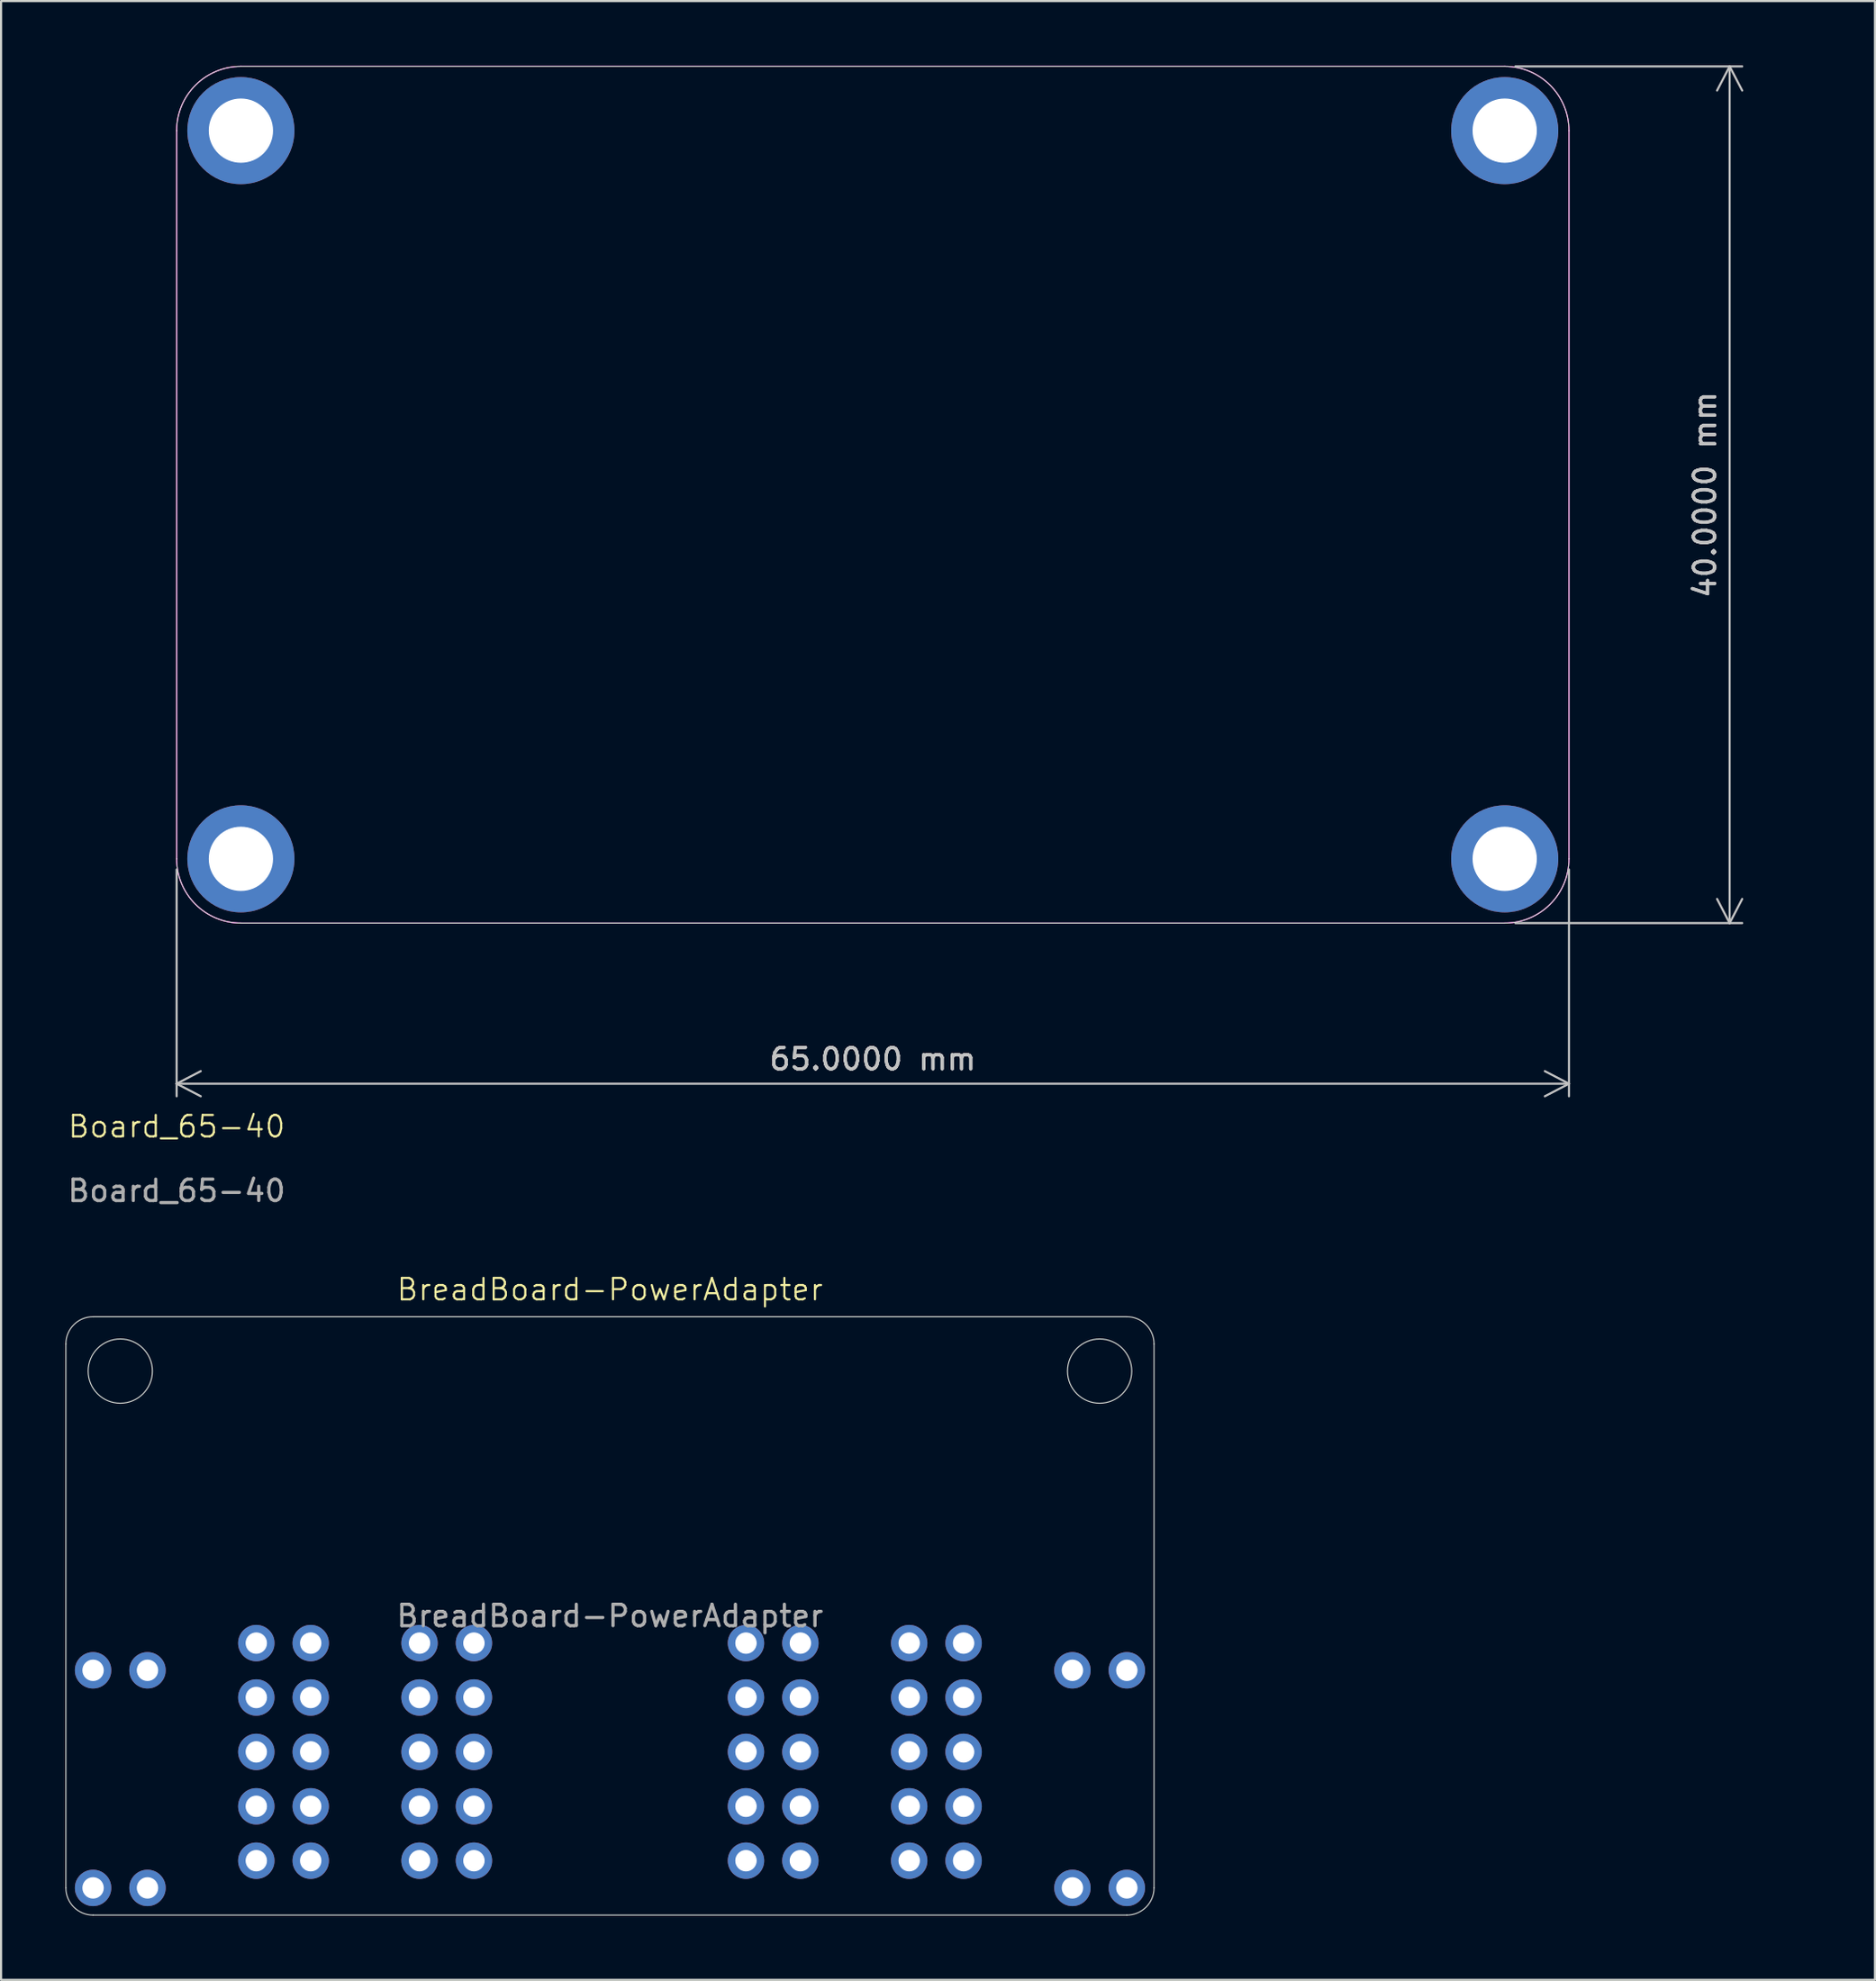
<source format=kicad_pcb>
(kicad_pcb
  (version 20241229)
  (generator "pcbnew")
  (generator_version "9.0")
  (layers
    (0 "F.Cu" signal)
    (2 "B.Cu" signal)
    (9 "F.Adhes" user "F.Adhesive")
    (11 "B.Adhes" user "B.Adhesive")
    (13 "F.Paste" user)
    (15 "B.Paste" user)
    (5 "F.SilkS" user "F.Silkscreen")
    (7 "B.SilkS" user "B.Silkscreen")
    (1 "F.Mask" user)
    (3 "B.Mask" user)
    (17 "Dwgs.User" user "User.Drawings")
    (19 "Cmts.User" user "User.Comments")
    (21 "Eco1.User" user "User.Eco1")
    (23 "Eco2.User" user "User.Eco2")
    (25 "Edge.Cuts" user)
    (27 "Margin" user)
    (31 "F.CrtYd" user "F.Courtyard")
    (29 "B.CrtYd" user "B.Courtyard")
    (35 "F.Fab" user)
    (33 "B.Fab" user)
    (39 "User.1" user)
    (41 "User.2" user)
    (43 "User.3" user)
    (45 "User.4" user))
  (footprint "BreadBoard-PowerAdapter"
    (layer "F.Cu")
    (at 25.425 72.399)
    (property "Reference" "BreadBoard-PowerAdapter" (at 0 -15.24 0) (unlocked yes) (layer "F.SilkS") (effects (font (size 1 1) (thickness 0.1))))
    (attr through_hole)
    (fp_line (start -25.4 12.7) (end -25.4 -12.7) (stroke (width 0.05) (type default)) (layer "Edge.Cuts"))
    (fp_line (start -24.13 -13.97) (end 24.13 -13.97) (stroke (width 0.05) (type default)) (layer "Edge.Cuts"))
    (fp_line (start -24.13 13.97) (end 24.13 13.97) (stroke (width 0.05) (type default)) (layer "Edge.Cuts"))
    (fp_line (start 25.4 -12.7) (end 25.4 12.7) (stroke (width 0.05) (type default)) (layer "Edge.Cuts"))
    (fp_arc (start -25.4 -12.7) (mid -25.028026 -13.598026) (end -24.13 -13.97) (stroke (width 0.05) (type default)) (layer "Edge.Cuts"))
    (fp_arc (start -24.13 13.97) (mid -25.028026 13.598026) (end -25.4 12.7) (stroke (width 0.05) (type default)) (layer "Edge.Cuts"))
    (fp_arc (start 24.13 -13.97) (mid 25.028026 -13.598026) (end 25.4 -12.7) (stroke (width 0.05) (type default)) (layer "Edge.Cuts"))
    (fp_arc (start 25.4 12.7) (mid 25.028026 13.598026) (end 24.13 13.97) (stroke (width 0.05) (type default)) (layer "Edge.Cuts"))
    (fp_circle (center -22.86 -11.43) (end -21.36 -11.43) (stroke (width 0.05) (type default)) (fill no) (layer "Edge.Cuts"))
    (fp_circle (center 22.86 -11.43) (end 24.36 -11.43) (stroke (width 0.05) (type default)) (fill no) (layer "Edge.Cuts"))
    (fp_text user "${REFERENCE}" (at 0 0 0) (unlocked yes) (layer "F.Fab") (effects (font (size 1 1) (thickness 0.15))))
    (pad "1" thru_hole circle (at -16.51 1.27) (size 1.7 1.7) (drill 1) (layers "*.Cu" "*.Mask"))
    (pad "2" thru_hole circle (at -16.51 3.81) (size 1.7 1.7) (drill 1) (layers "*.Cu" "*.Mask"))
    (pad "3" thru_hole circle (at -16.51 6.35) (size 1.7 1.7) (drill 1) (layers "*.Cu" "*.Mask"))
    (pad "4" thru_hole circle (at -16.51 8.89) (size 1.7 1.7) (drill 1) (layers "*.Cu" "*.Mask"))
    (pad "5" thru_hole circle (at -16.51 11.43) (size 1.7 1.7) (drill 1) (layers "*.Cu" "*.Mask"))
    (pad "6" thru_hole circle (at -13.97 1.27) (size 1.7 1.7) (drill 1) (layers "*.Cu" "*.Mask"))
    (pad "7" thru_hole circle (at -13.97 3.81) (size 1.7 1.7) (drill 1) (layers "*.Cu" "*.Mask"))
    (pad "8" thru_hole circle (at -13.97 6.35) (size 1.7 1.7) (drill 1) (layers "*.Cu" "*.Mask"))
    (pad "9" thru_hole circle (at -13.97 8.89) (size 1.7 1.7) (drill 1) (layers "*.Cu" "*.Mask"))
    (pad "10" thru_hole circle (at -13.97 11.43) (size 1.7 1.7) (drill 1) (layers "*.Cu" "*.Mask"))
    (pad "11" thru_hole circle (at -8.89 1.27) (size 1.7 1.7) (drill 1) (layers "*.Cu" "*.Mask"))
    (pad "12" thru_hole circle (at -8.89 3.81) (size 1.7 1.7) (drill 1) (layers "*.Cu" "*.Mask"))
    (pad "13" thru_hole circle (at -8.89 6.35) (size 1.7 1.7) (drill 1) (layers "*.Cu" "*.Mask"))
    (pad "14" thru_hole circle (at -8.89 8.89) (size 1.7 1.7) (drill 1) (layers "*.Cu" "*.Mask"))
    (pad "15" thru_hole circle (at -8.89 11.43) (size 1.7 1.7) (drill 1) (layers "*.Cu" "*.Mask"))
    (pad "16" thru_hole circle (at -6.35 1.27) (size 1.7 1.7) (drill 1) (layers "*.Cu" "*.Mask"))
    (pad "17" thru_hole circle (at -6.35 3.81) (size 1.7 1.7) (drill 1) (layers "*.Cu" "*.Mask"))
    (pad "18" thru_hole circle (at -6.35 6.35) (size 1.7 1.7) (drill 1) (layers "*.Cu" "*.Mask"))
    (pad "19" thru_hole circle (at -6.35 8.89) (size 1.7 1.7) (drill 1) (layers "*.Cu" "*.Mask"))
    (pad "20" thru_hole circle (at -6.35 11.43) (size 1.7 1.7) (drill 1) (layers "*.Cu" "*.Mask"))
    (pad "21" thru_hole circle (at 6.35 1.27) (size 1.7 1.7) (drill 1) (layers "*.Cu" "*.Mask"))
    (pad "22" thru_hole circle (at 6.35 3.81) (size 1.7 1.7) (drill 1) (layers "*.Cu" "*.Mask"))
    (pad "23" thru_hole circle (at 6.35 6.35) (size 1.7 1.7) (drill 1) (layers "*.Cu" "*.Mask"))
    (pad "24" thru_hole circle (at 6.35 8.89) (size 1.7 1.7) (drill 1) (layers "*.Cu" "*.Mask"))
    (pad "25" thru_hole circle (at 6.35 11.43) (size 1.7 1.7) (drill 1) (layers "*.Cu" "*.Mask"))
    (pad "26" thru_hole circle (at 8.89 1.27) (size 1.7 1.7) (drill 1) (layers "*.Cu" "*.Mask"))
    (pad "27" thru_hole circle (at 8.89 3.81) (size 1.7 1.7) (drill 1) (layers "*.Cu" "*.Mask"))
    (pad "28" thru_hole circle (at 8.89 6.35) (size 1.7 1.7) (drill 1) (layers "*.Cu" "*.Mask"))
    (pad "29" thru_hole circle (at 8.89 8.89) (size 1.7 1.7) (drill 1) (layers "*.Cu" "*.Mask"))
    (pad "30" thru_hole circle (at 8.89 11.43) (size 1.7 1.7) (drill 1) (layers "*.Cu" "*.Mask"))
    (pad "31" thru_hole circle (at 13.97 1.27) (size 1.7 1.7) (drill 1) (layers "*.Cu" "*.Mask"))
    (pad "32" thru_hole circle (at 13.97 3.81) (size 1.7 1.7) (drill 1) (layers "*.Cu" "*.Mask"))
    (pad "33" thru_hole circle (at 13.97 6.35) (size 1.7 1.7) (drill 1) (layers "*.Cu" "*.Mask"))
    (pad "34" thru_hole circle (at 13.97 8.89) (size 1.7 1.7) (drill 1) (layers "*.Cu" "*.Mask"))
    (pad "35" thru_hole circle (at 13.97 11.43) (size 1.7 1.7) (drill 1) (layers "*.Cu" "*.Mask"))
    (pad "36" thru_hole circle (at 16.51 1.27) (size 1.7 1.7) (drill 1) (layers "*.Cu" "*.Mask"))
    (pad "37" thru_hole circle (at 16.51 3.81) (size 1.7 1.7) (drill 1) (layers "*.Cu" "*.Mask"))
    (pad "38" thru_hole circle (at 16.51 6.35) (size 1.7 1.7) (drill 1) (layers "*.Cu" "*.Mask"))
    (pad "39" thru_hole circle (at 16.51 8.89) (size 1.7 1.7) (drill 1) (layers "*.Cu" "*.Mask"))
    (pad "40" thru_hole circle (at 16.51 11.43) (size 1.7 1.7) (drill 1) (layers "*.Cu" "*.Mask"))
    (pad "P1" thru_hole circle (at -24.13 2.54) (size 1.7 1.7) (drill 1) (layers "*.Cu" "*.Mask"))
    (pad "P2" thru_hole circle (at -24.13 12.7) (size 1.7 1.7) (drill 1) (layers "*.Cu" "*.Mask"))
    (pad "P3" thru_hole circle (at -21.59 2.54) (size 1.7 1.7) (drill 1) (layers "*.Cu" "*.Mask"))
    (pad "P4" thru_hole circle (at -21.59 12.7) (size 1.7 1.7) (drill 1) (layers "*.Cu" "*.Mask"))
    (pad "P5" thru_hole circle (at 21.59 2.54) (size 1.7 1.7) (drill 1) (layers "*.Cu" "*.Mask"))
    (pad "P6" thru_hole circle (at 21.59 12.7) (size 1.7 1.7) (drill 1) (layers "*.Cu" "*.Mask"))
    (pad "P7" thru_hole circle (at 24.13 2.54) (size 1.7 1.7) (drill 1) (layers "*.Cu" "*.Mask"))
    (pad "P8" thru_hole circle (at 24.13 12.7) (size 1.7 1.7) (drill 1) (layers "*.Cu" "*.Mask")))
  (footprint "Board_65-40"
    (layer "F.Cu")
    (at 5.196 50.05)
    (property "Reference" "Board_65-40" (at 0 -0.5 0) (unlocked yes) (layer "F.SilkS") (effects (font (size 1 1) (thickness 0.1))))
    (attr through_hole)
    (fp_line (start 0 -13) (end 0 -47) (stroke (width 0.05) (type default)) (layer "Edge.Cuts"))
    (fp_line (start 3 -50) (end 62 -50) (stroke (width 0.05) (type default)) (layer "Edge.Cuts"))
    (fp_line (start 62 -10) (end 3 -10) (stroke (width 0.05) (type default)) (layer "Edge.Cuts"))
    (fp_line (start 65 -47) (end 65 -13) (stroke (width 0.05) (type default)) (layer "Edge.Cuts"))
    (fp_arc (start 0 -47) (mid 0.87868 -49.12132) (end 3 -50) (stroke (width 0.05) (type default)) (layer "Edge.Cuts"))
    (fp_arc (start 3 -10) (mid 0.87868 -10.87868) (end 0 -13) (stroke (width 0.05) (type default)) (layer "Edge.Cuts"))
    (fp_arc (start 62 -50) (mid 64.12132 -49.12132) (end 65 -47) (stroke (width 0.05) (type default)) (layer "Edge.Cuts"))
    (fp_arc (start 65 -13) (mid 64.12132 -10.87868) (end 62 -10) (stroke (width 0.05) (type default)) (layer "Edge.Cuts"))
    (fp_line (start 0 -13) (end 0 -47) (stroke (width 0.05) (type default)) (layer "F.CrtYd"))
    (fp_line (start 3 -50) (end 62 -50) (stroke (width 0.05) (type default)) (layer "F.CrtYd"))
    (fp_line (start 62 -10) (end 3 -10) (stroke (width 0.05) (type default)) (layer "F.CrtYd"))
    (fp_line (start 65 -47) (end 65 -13) (stroke (width 0.05) (type default)) (layer "F.CrtYd"))
    (fp_arc (start 0 -47) (mid 0.87868 -49.12132) (end 3 -50) (stroke (width 0.05) (type default)) (layer "F.CrtYd"))
    (fp_arc (start 3 -10) (mid 0.87868 -10.87868) (end 0 -13) (stroke (width 0.05) (type default)) (layer "F.CrtYd"))
    (fp_arc (start 62 -50) (mid 64.12132 -49.12132) (end 65 -47) (stroke (width 0.05) (type default)) (layer "F.CrtYd"))
    (fp_arc (start 65 -13) (mid 64.12132 -10.87868) (end 62 -10) (stroke (width 0.05) (type default)) (layer "F.CrtYd"))
    (fp_text user "${REFERENCE}" (at 0 2.5 0) (unlocked yes) (layer "F.Fab") (effects (font (size 1 1) (thickness 0.15))))
    (dimension (type aligned) (layer "Dwgs.User") (pts (xy 5.196 37.05) (xy 70.196 37.05)) (height 10.5) (format (prefix "") (suffix "") (units 3) (units_format 1) (precision 4)) (style (thickness 0.1) (arrow_length 1.27) (text_position_mode 0) (arrow_direction outward) (extension_height 0.586) (extension_offset 0.5) (keep_text_aligned yes)) (gr_text "65.0000 mm" (at 37.696 46.4 0) (layer "Dwgs.User") (effects (font (size 1 1) (thickness 0.15)))))
    (dimension (type aligned) (layer "Dwgs.User") (pts (xy 67.196 40.05) (xy 67.196 0.05)) (height 10.5) (format (prefix "") (suffix "") (units 3) (units_format 1) (precision 4)) (style (thickness 0.1) (arrow_length 1.27) (text_position_mode 0) (arrow_direction outward) (extension_height 0.586) (extension_offset 0.5) (keep_text_aligned yes)) (gr_text "40.0000 mm" (at 76.546 20.05 90) (layer "Dwgs.User") (effects (font (size 1 1) (thickness 0.15)))))
    (pad "1" thru_hole circle (at 3 -47) (size 5 5) (drill 3) (layers "*.Cu" "*.Mask"))
    (pad "2" thru_hole circle (at 3 -13) (size 5 5) (drill 3) (layers "*.Cu" "*.Mask") (remove_unused_layers yes) (keep_end_layers yes) (zone_layer_connections))
    (pad "3" thru_hole circle (at 62 -13) (size 5 5) (drill 3) (layers "*.Cu" "*.Mask") (remove_unused_layers yes) (keep_end_layers yes) (zone_layer_connections))
    (pad "4" thru_hole circle (at 62 -47) (size 5 5) (drill 3) (layers "*.Cu" "*.Mask") (remove_unused_layers yes) (keep_end_layers yes) (zone_layer_connections)))
  (gr_rect
    (start -3 -3)
    (end 84.481 89.394)
    (stroke (width 0.1) (type default))
    (fill no)
    (layer "Edge.Cuts")))
</source>
